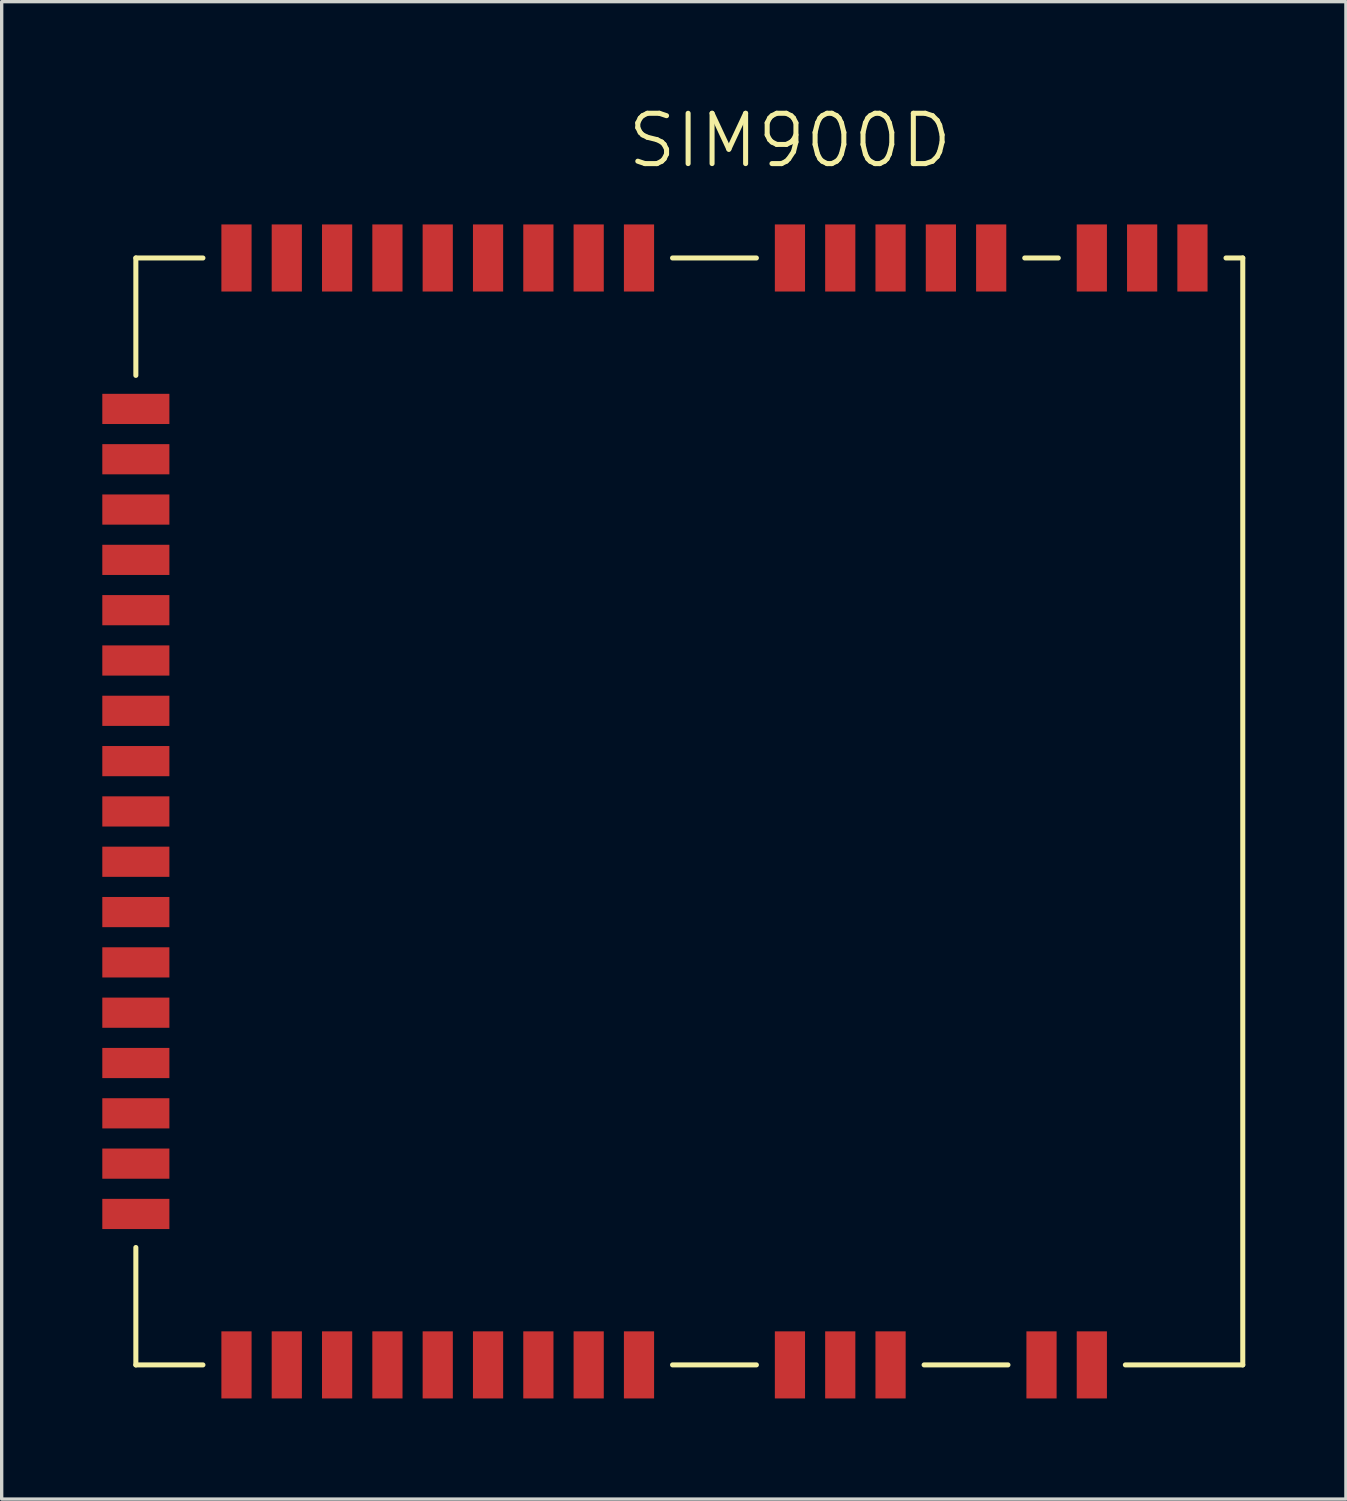
<source format=kicad_pcb>
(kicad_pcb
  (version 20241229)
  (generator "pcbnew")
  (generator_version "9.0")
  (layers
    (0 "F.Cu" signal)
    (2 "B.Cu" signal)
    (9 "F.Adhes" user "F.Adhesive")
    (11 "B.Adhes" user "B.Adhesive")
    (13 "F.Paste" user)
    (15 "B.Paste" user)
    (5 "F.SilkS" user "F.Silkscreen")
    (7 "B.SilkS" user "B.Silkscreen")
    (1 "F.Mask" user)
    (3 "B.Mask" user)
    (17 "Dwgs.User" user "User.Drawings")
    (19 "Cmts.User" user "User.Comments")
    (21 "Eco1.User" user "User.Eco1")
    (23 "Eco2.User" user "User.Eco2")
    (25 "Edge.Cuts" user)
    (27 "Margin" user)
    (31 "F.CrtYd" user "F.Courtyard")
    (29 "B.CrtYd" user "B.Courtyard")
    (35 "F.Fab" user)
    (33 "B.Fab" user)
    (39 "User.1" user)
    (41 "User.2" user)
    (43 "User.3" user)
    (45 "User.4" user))
  (footprint "SIM900D"
    (layer "F.Cu")
    (at 20.5 4.641)
    (property "Reference" "SIM900D" (at 0 -3.5 0) (layer "F.SilkS") (effects (font (size 1.5 1.5) (thickness 0.15))))
    (attr through_hole)
    (fp_line (start -19.5 0) (end -19.5 3.5) (stroke (width 0.15) (type solid)) (layer "F.SilkS"))
    (fp_line (start -19.5 29.5) (end -19.5 33) (stroke (width 0.15) (type solid)) (layer "F.SilkS"))
    (fp_line (start -19.5 33) (end -17.5 33) (stroke (width 0.15) (type solid)) (layer "F.SilkS"))
    (fp_line (start -17.5 0) (end -19.5 0) (stroke (width 0.15) (type solid)) (layer "F.SilkS"))
    (fp_line (start -1 0) (end -3.5 0) (stroke (width 0.15) (type solid)) (layer "F.SilkS"))
    (fp_line (start -1 33) (end -3.5 33) (stroke (width 0.15) (type solid)) (layer "F.SilkS"))
    (fp_line (start 6.5 33) (end 4 33) (stroke (width 0.15) (type solid)) (layer "F.SilkS"))
    (fp_line (start 8 0) (end 7 0) (stroke (width 0.15) (type solid)) (layer "F.SilkS"))
    (fp_line (start 10 33) (end 13.5 33) (stroke (width 0.15) (type solid)) (layer "F.SilkS"))
    (fp_line (start 13.5 0) (end 13 0) (stroke (width 0.15) (type solid)) (layer "F.SilkS"))
    (fp_line (start 13.5 33) (end 13.5 0) (stroke (width 0.15) (type solid)) (layer "F.SilkS"))
    (pad "1" smd rect (at -19.5 4.5 90) (size 0.9 2) (layers "F.Cu" "F.Mask" "F.Paste"))
    (pad "2" smd rect (at -19.5 6 90) (size 0.9 2) (layers "F.Cu" "F.Mask" "F.Paste"))
    (pad "3" smd rect (at -19.5 7.5 90) (size 0.9 2) (layers "F.Cu" "F.Mask" "F.Paste"))
    (pad "4" smd rect (at -19.5 9 90) (size 0.9 2) (layers "F.Cu" "F.Mask" "F.Paste"))
    (pad "5" smd rect (at -19.5 10.5 90) (size 0.9 2) (layers "F.Cu" "F.Mask" "F.Paste"))
    (pad "6" smd rect (at -19.5 12 90) (size 0.9 2) (layers "F.Cu" "F.Mask" "F.Paste"))
    (pad "7" smd rect (at -19.5 13.5 90) (size 0.9 2) (layers "F.Cu" "F.Mask" "F.Paste"))
    (pad "8" smd rect (at -19.5 15 90) (size 0.9 2) (layers "F.Cu" "F.Mask" "F.Paste"))
    (pad "9" smd rect (at -19.5 16.5 90) (size 0.9 2) (layers "F.Cu" "F.Mask" "F.Paste"))
    (pad "10" smd rect (at -19.5 18 90) (size 0.9 2) (layers "F.Cu" "F.Mask" "F.Paste"))
    (pad "11" smd rect (at -19.5 19.5 90) (size 0.9 2) (layers "F.Cu" "F.Mask" "F.Paste"))
    (pad "12" smd rect (at -19.5 21 90) (size 0.9 2) (layers "F.Cu" "F.Mask" "F.Paste"))
    (pad "13" smd rect (at -19.5 22.5 90) (size 0.9 2) (layers "F.Cu" "F.Mask" "F.Paste"))
    (pad "14" smd rect (at -19.5 24 90) (size 0.9 2) (layers "F.Cu" "F.Mask" "F.Paste"))
    (pad "15" smd rect (at -19.5 25.5 90) (size 0.9 2) (layers "F.Cu" "F.Mask" "F.Paste"))
    (pad "16" smd rect (at -19.5 27 90) (size 0.9 2) (layers "F.Cu" "F.Mask" "F.Paste"))
    (pad "17" smd rect (at -19.5 28.5 90) (size 0.9 2) (layers "F.Cu" "F.Mask" "F.Paste"))
    (pad "18" smd rect (at -16.5 33) (size 0.9 2) (layers "F.Cu" "F.Mask" "F.Paste"))
    (pad "19" smd rect (at -15 33) (size 0.9 2) (layers "F.Cu" "F.Mask" "F.Paste"))
    (pad "20" smd rect (at -13.5 33) (size 0.9 2) (layers "F.Cu" "F.Mask" "F.Paste"))
    (pad "21" smd rect (at -12 33) (size 0.9 2) (layers "F.Cu" "F.Mask" "F.Paste"))
    (pad "22" smd rect (at -10.5 33) (size 0.9 2) (layers "F.Cu" "F.Mask" "F.Paste"))
    (pad "23" smd rect (at -9 33) (size 0.9 2) (layers "F.Cu" "F.Mask" "F.Paste"))
    (pad "24" smd rect (at -7.5 33) (size 0.9 2) (layers "F.Cu" "F.Mask" "F.Paste"))
    (pad "25" smd rect (at -6 33) (size 0.9 2) (layers "F.Cu" "F.Mask" "F.Paste"))
    (pad "26" smd rect (at -4.5 33) (size 0.9 2) (layers "F.Cu" "F.Mask" "F.Paste"))
    (pad "27" smd rect (at 0 33) (size 0.9 2) (layers "F.Cu" "F.Mask" "F.Paste"))
    (pad "28" smd rect (at 1.5 33) (size 0.9 2) (layers "F.Cu" "F.Mask" "F.Paste"))
    (pad "29" smd rect (at 3 33) (size 0.9 2) (layers "F.Cu" "F.Mask" "F.Paste"))
    (pad "30" smd rect (at 7.5 33) (size 0.9 2) (layers "F.Cu" "F.Mask" "F.Paste"))
    (pad "31" smd rect (at 9 33) (size 0.9 2) (layers "F.Cu" "F.Mask" "F.Paste"))
    (pad "32" smd rect (at 12 0) (size 0.9 2) (layers "F.Cu" "F.Mask" "F.Paste"))
    (pad "33" smd rect (at 10.5 0) (size 0.9 2) (layers "F.Cu" "F.Mask" "F.Paste"))
    (pad "34" smd rect (at 9 0) (size 0.9 2) (layers "F.Cu" "F.Mask" "F.Paste"))
    (pad "35" smd rect (at 6 0) (size 0.9 2) (layers "F.Cu" "F.Mask" "F.Paste"))
    (pad "36" smd rect (at 4.5 0) (size 0.9 2) (layers "F.Cu" "F.Mask" "F.Paste"))
    (pad "37" smd rect (at 3 0) (size 0.9 2) (layers "F.Cu" "F.Mask" "F.Paste"))
    (pad "38" smd rect (at 1.5 0) (size 0.9 2) (layers "F.Cu" "F.Mask" "F.Paste"))
    (pad "39" smd rect (at 0 0) (size 0.9 2) (layers "F.Cu" "F.Mask" "F.Paste"))
    (pad "40" smd rect (at -4.5 0) (size 0.9 2) (layers "F.Cu" "F.Mask" "F.Paste"))
    (pad "41" smd rect (at -6 0) (size 0.9 2) (layers "F.Cu" "F.Mask" "F.Paste"))
    (pad "42" smd rect (at -7.5 0) (size 0.9 2) (layers "F.Cu" "F.Mask" "F.Paste"))
    (pad "43" smd rect (at -9 0) (size 0.9 2) (layers "F.Cu" "F.Mask" "F.Paste"))
    (pad "44" smd rect (at -10.5 0) (size 0.9 2) (layers "F.Cu" "F.Mask" "F.Paste"))
    (pad "45" smd rect (at -12 0) (size 0.9 2) (layers "F.Cu" "F.Mask" "F.Paste"))
    (pad "46" smd rect (at -13.5 0) (size 0.9 2) (layers "F.Cu" "F.Mask" "F.Paste"))
    (pad "47" smd rect (at -15 0) (size 0.9 2) (layers "F.Cu" "F.Mask" "F.Paste"))
    (pad "48" smd rect (at -16.5 0) (size 0.9 2) (layers "F.Cu" "F.Mask" "F.Paste")))
  (gr_rect
    (start -3 -3)
    (end 37.075 41.641)
    (stroke (width 0.1) (type default))
    (fill no)
    (layer "Edge.Cuts")))
</source>
